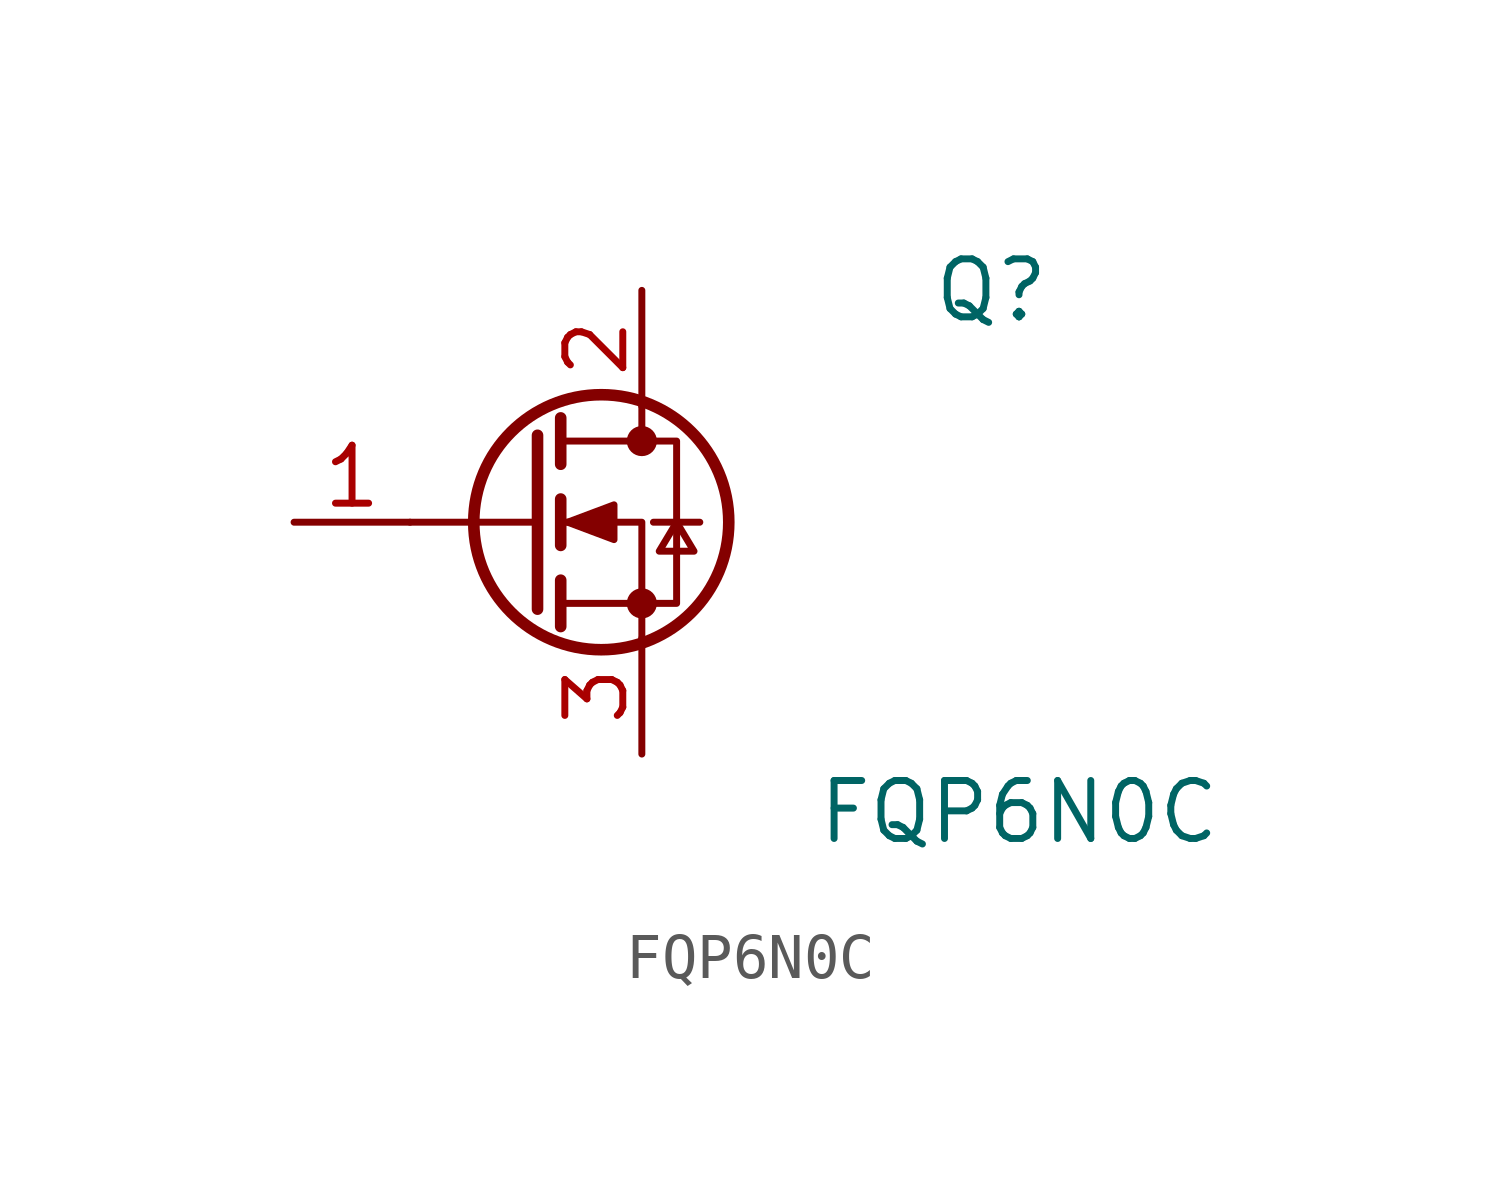
<source format=kicad_sym>
(kicad_symbol_lib
  (version 20211014)
  (generator kicad_symbol_editor)
  (symbol "FQP6N0C"
    (pin_names hide)
    (property "Reference" "Q"
      (at 8.89 5.08 0)
      (effects (font (size 1.27 1.27)) (justify left)))
    (property "Value" "FQP6N0C"
      (at 6.35 -6.35 0)
      (effects (font (size 1.27 1.27)) (justify left)))
    (symbol "FQP6N0C_0_1"
      (polyline (pts (xy 0.254 0) (xy -2.54 0)) (stroke (width 0) (type default) (color 0 0 0 0)) (fill (type none)))
      (polyline (pts (xy 0.254 1.905) (xy 0.254 -1.905)) (stroke (width 0.254) (type default) (color 0 0 0 0)) (fill (type none)))
      (polyline (pts (xy 0.762 -1.27) (xy 0.762 -2.286)) (stroke (width 0.254) (type default) (color 0 0 0 0)) (fill (type none)))
      (polyline (pts (xy 0.762 0.508) (xy 0.762 -0.508)) (stroke (width 0.254) (type default) (color 0 0 0 0)) (fill (type none)))
      (polyline (pts (xy 0.762 2.286) (xy 0.762 1.27)) (stroke (width 0.254) (type default) (color 0 0 0 0)) (fill (type none)))
      (polyline (pts (xy 2.54 2.54) (xy 2.54 1.778)) (stroke (width 0) (type default) (color 0 0 0 0)) (fill (type none)))
      (polyline (pts (xy 2.794 0) (xy 3.81 0)) (stroke (width 0) (type default) (color 0 0 0 0)) (fill (type none)))
      (polyline (pts (xy 2.54 -2.54) (xy 2.54 0) (xy 0.762 0)) (stroke (width 0) (type default) (color 0 0 0 0)) (fill (type none)))
      (polyline (pts (xy 0.762 1.778) (xy 3.302 1.778) (xy 3.302 -1.778) (xy 0.762 -1.778)) (stroke (width 0) (type default) (color 0 0 0 0)) (fill (type none)))
      (polyline (pts (xy 0.914 0) (xy 1.93 -0.381) (xy 1.93 0.381) (xy 0.914 0)) (stroke (width 0) (type default) (color 0 0 0 0)) (fill (type outline)))
      (polyline (pts (xy 3.302 0) (xy 3.683 -0.635) (xy 2.921 -0.635) (xy 3.302 0)) (stroke (width 0) (type default) (color 0 0 0 0)) (fill (type none)))
      (circle (center 1.651 0) (radius 2.794) (stroke (width 0.254) (type default) (color 0 0 0 0)) (fill (type none)))
      (circle (center 2.54 -1.778) (radius 0.254) (stroke (width 0) (type default) (color 0 0 0 0)) (fill (type outline)))
      (circle (center 2.54 1.778) (radius 0.254) (stroke (width 0) (type default) (color 0 0 0 0)) (fill (type outline))))
    (symbol "FQP6N0C_1_1"
      (pin input line (at -5.08 0 0) (length 2.54) (name "G" (effects (font (size 1.27 1.27)))) (number "1" (effects (font (size 1.27 1.27)))))
      (pin passive line (at 2.54 5.08 270) (length 2.54) (name "D" (effects (font (size 1.27 1.27)))) (number "2" (effects (font (size 1.27 1.27)))))
      (pin passive line (at 2.54 -5.08 90) (length 2.54) (name "S" (effects (font (size 1.27 1.27)))) (number "3" (effects (font (size 1.27 1.27))))))))
</source>
